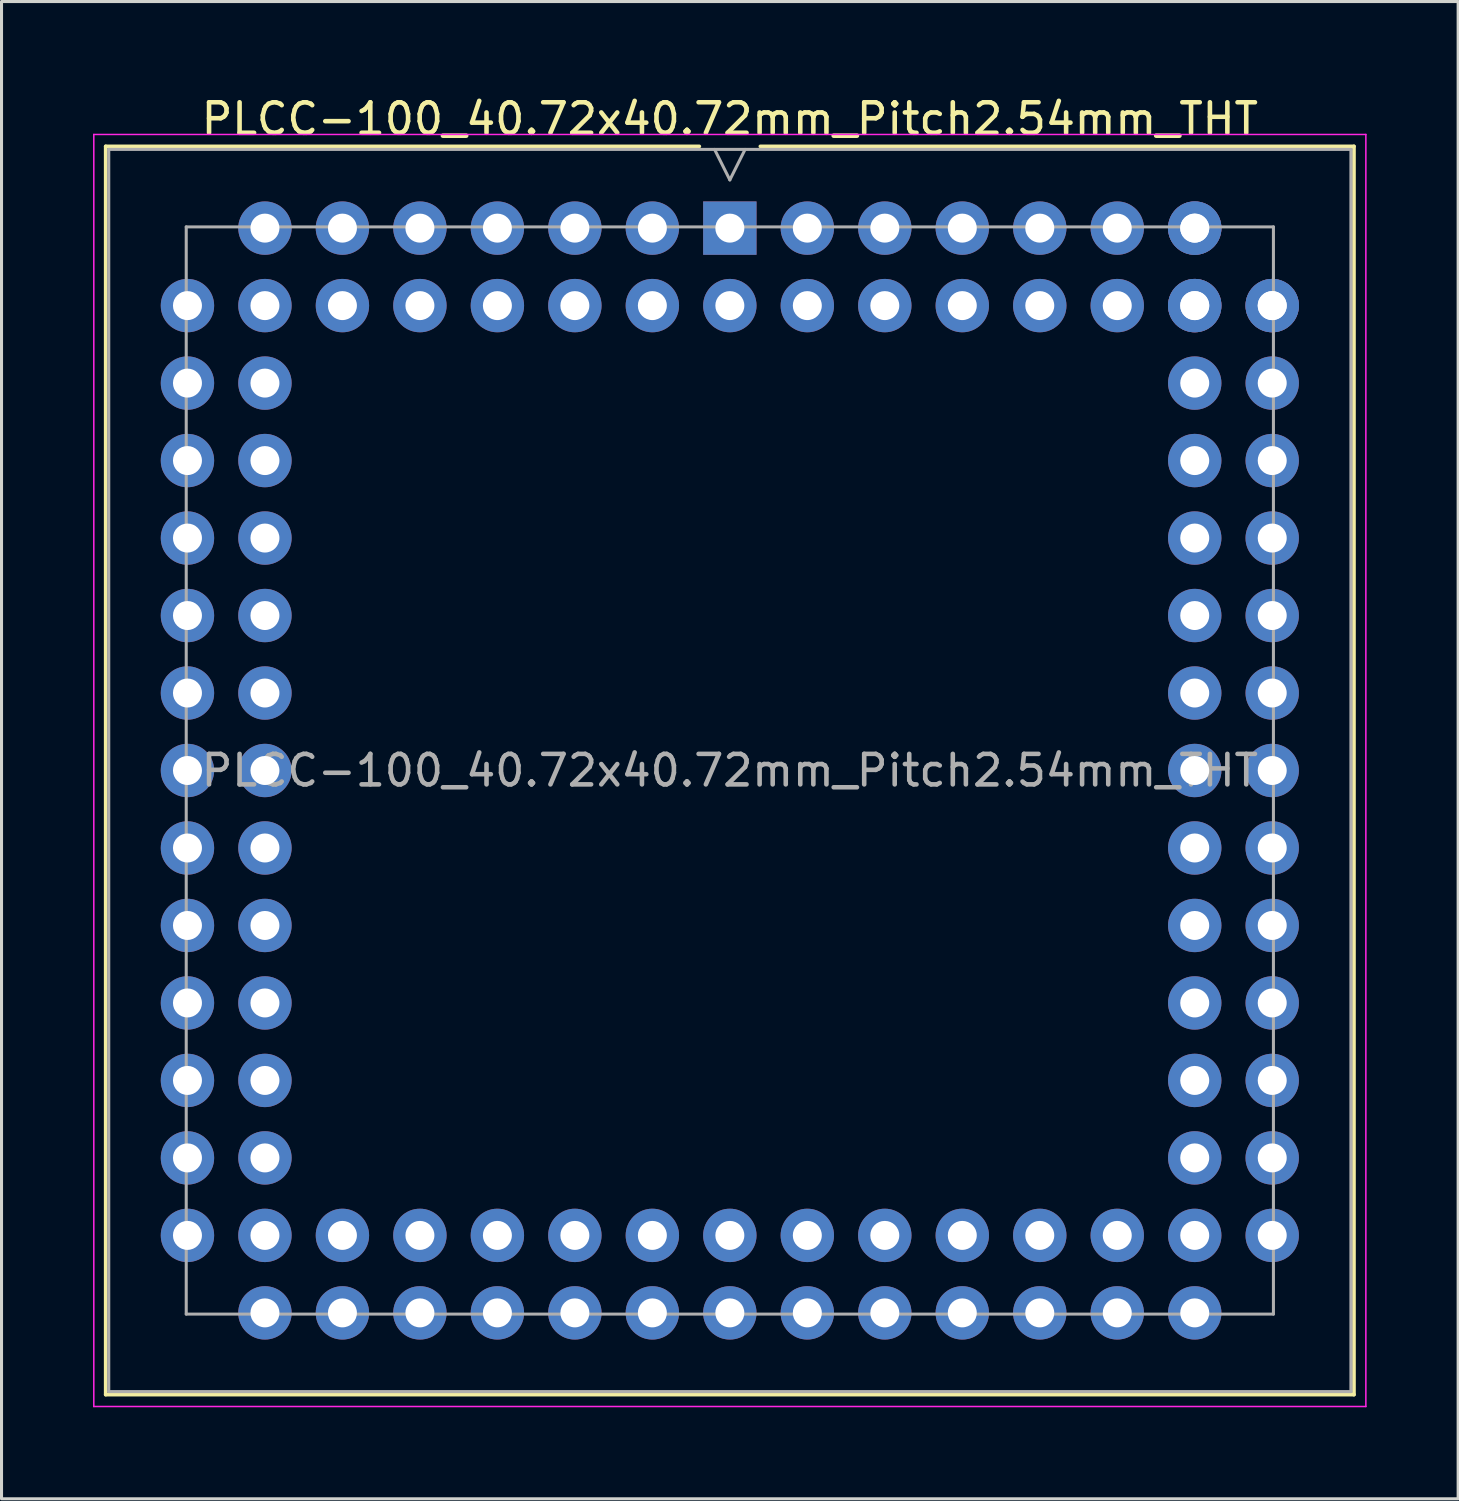
<source format=kicad_pcb>
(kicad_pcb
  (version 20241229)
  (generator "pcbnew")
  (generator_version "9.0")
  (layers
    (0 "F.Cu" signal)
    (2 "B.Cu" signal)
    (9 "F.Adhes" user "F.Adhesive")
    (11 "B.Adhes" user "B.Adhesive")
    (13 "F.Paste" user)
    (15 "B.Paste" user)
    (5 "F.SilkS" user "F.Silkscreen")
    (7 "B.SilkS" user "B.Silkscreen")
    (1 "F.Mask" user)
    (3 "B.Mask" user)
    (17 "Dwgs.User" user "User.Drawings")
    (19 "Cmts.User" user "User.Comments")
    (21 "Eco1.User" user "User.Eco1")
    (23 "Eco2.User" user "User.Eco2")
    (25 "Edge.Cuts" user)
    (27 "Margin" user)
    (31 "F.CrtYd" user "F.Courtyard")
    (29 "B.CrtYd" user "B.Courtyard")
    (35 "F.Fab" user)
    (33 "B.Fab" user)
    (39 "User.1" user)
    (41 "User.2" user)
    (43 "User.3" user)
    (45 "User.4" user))
  (footprint "PLCC-100_40.72x40.72mm_Pitch2.54mm_THT"
    (layer "F.Cu")
    (at 20.875 22.208)
    (property "Reference" "PLCC-100_40.72x40.72mm_Pitch2.54mm_THT" (at 0 -21.36 0) (layer "F.SilkS") (effects (font (size 1 1) (thickness 0.15))))
    (attr through_hole)
    (fp_line (start -20.46 -20.46) (end -20.46 20.46) (stroke (width 0.12) (type solid)) (layer "F.SilkS"))
    (fp_line (start -20.46 20.46) (end 20.46 20.46) (stroke (width 0.12) (type solid)) (layer "F.SilkS"))
    (fp_line (start -1 -20.46) (end -20.46 -20.46) (stroke (width 0.12) (type solid)) (layer "F.SilkS"))
    (fp_line (start 20.46 -20.46) (end 1 -20.46) (stroke (width 0.12) (type solid)) (layer "F.SilkS"))
    (fp_line (start 20.46 20.46) (end 20.46 -20.46) (stroke (width 0.12) (type solid)) (layer "F.SilkS"))
    (fp_line (start -20.85 -20.85) (end -20.85 20.85) (stroke (width 0.05) (type solid)) (layer "F.CrtYd"))
    (fp_line (start -20.85 20.85) (end 20.85 20.85) (stroke (width 0.05) (type solid)) (layer "F.CrtYd"))
    (fp_line (start 20.85 -20.85) (end -20.85 -20.85) (stroke (width 0.05) (type solid)) (layer "F.CrtYd"))
    (fp_line (start 20.85 20.85) (end 20.85 -20.85) (stroke (width 0.05) (type solid)) (layer "F.CrtYd"))
    (fp_line (start -20.36 -20.36) (end -20.36 20.36) (stroke (width 0.1) (type solid)) (layer "F.Fab"))
    (fp_line (start -20.36 20.36) (end 20.36 20.36) (stroke (width 0.1) (type solid)) (layer "F.Fab"))
    (fp_line (start -17.82 -17.82) (end -17.82 17.82) (stroke (width 0.1) (type solid)) (layer "F.Fab"))
    (fp_line (start -17.82 17.82) (end 17.82 17.82) (stroke (width 0.1) (type solid)) (layer "F.Fab"))
    (fp_line (start -0.5 -20.36) (end 0 -19.36) (stroke (width 0.1) (type solid)) (layer "F.Fab"))
    (fp_line (start 0 -19.36) (end 0.5 -20.36) (stroke (width 0.1) (type solid)) (layer "F.Fab"))
    (fp_line (start 17.82 -17.82) (end -17.82 -17.82) (stroke (width 0.1) (type solid)) (layer "F.Fab"))
    (fp_line (start 17.82 17.82) (end 17.82 -17.82) (stroke (width 0.1) (type solid)) (layer "F.Fab"))
    (fp_line (start 20.36 -20.36) (end -20.36 -20.36) (stroke (width 0.1) (type solid)) (layer "F.Fab"))
    (fp_line (start 20.36 20.36) (end 20.36 -20.36) (stroke (width 0.1) (type solid)) (layer "F.Fab"))
    (fp_text user "${REFERENCE}" (at 0 0 0) (layer "F.Fab") (effects (font (size 1 1) (thickness 0.15))))
    (pad "1" thru_hole rect (at 0 -17.78) (size 1.75 1.75) (drill 0.95) (layers "*.Cu" "*.Mask"))
    (pad "2" thru_hole circle (at 0 -15.24) (size 1.75 1.75) (drill 0.95) (layers "*.Cu" "*.Mask"))
    (pad "3" thru_hole circle (at -2.54 -17.78) (size 1.75 1.75) (drill 0.95) (layers "*.Cu" "*.Mask"))
    (pad "4" thru_hole circle (at -2.54 -15.24) (size 1.75 1.75) (drill 0.95) (layers "*.Cu" "*.Mask"))
    (pad "5" thru_hole circle (at -5.08 -17.78) (size 1.75 1.75) (drill 0.95) (layers "*.Cu" "*.Mask"))
    (pad "6" thru_hole circle (at -5.08 -15.24) (size 1.75 1.75) (drill 0.95) (layers "*.Cu" "*.Mask"))
    (pad "7" thru_hole circle (at -7.62 -17.78) (size 1.75 1.75) (drill 0.95) (layers "*.Cu" "*.Mask"))
    (pad "8" thru_hole circle (at -7.62 -15.24) (size 1.75 1.75) (drill 0.95) (layers "*.Cu" "*.Mask"))
    (pad "9" thru_hole circle (at -10.16 -17.78) (size 1.75 1.75) (drill 0.95) (layers "*.Cu" "*.Mask"))
    (pad "10" thru_hole circle (at -10.16 -15.24) (size 1.75 1.75) (drill 0.95) (layers "*.Cu" "*.Mask"))
    (pad "11" thru_hole circle (at -12.7 -17.78) (size 1.75 1.75) (drill 0.95) (layers "*.Cu" "*.Mask"))
    (pad "12" thru_hole circle (at -12.7 -15.24) (size 1.75 1.75) (drill 0.95) (layers "*.Cu" "*.Mask"))
    (pad "13" thru_hole circle (at -15.24 -17.78) (size 1.75 1.75) (drill 0.95) (layers "*.Cu" "*.Mask"))
    (pad "14" thru_hole circle (at -17.78 -15.24) (size 1.75 1.75) (drill 0.95) (layers "*.Cu" "*.Mask"))
    (pad "15" thru_hole circle (at -15.24 -15.24) (size 1.75 1.75) (drill 0.95) (layers "*.Cu" "*.Mask"))
    (pad "16" thru_hole circle (at -17.78 -12.7) (size 1.75 1.75) (drill 0.95) (layers "*.Cu" "*.Mask"))
    (pad "17" thru_hole circle (at -15.24 -12.7) (size 1.75 1.75) (drill 0.95) (layers "*.Cu" "*.Mask"))
    (pad "18" thru_hole circle (at -17.78 -10.16) (size 1.75 1.75) (drill 0.95) (layers "*.Cu" "*.Mask"))
    (pad "19" thru_hole circle (at -15.24 -10.16) (size 1.75 1.75) (drill 0.95) (layers "*.Cu" "*.Mask"))
    (pad "20" thru_hole circle (at -17.78 -7.62) (size 1.75 1.75) (drill 0.95) (layers "*.Cu" "*.Mask"))
    (pad "21" thru_hole circle (at -15.24 -7.62) (size 1.75 1.75) (drill 0.95) (layers "*.Cu" "*.Mask"))
    (pad "22" thru_hole circle (at -17.78 -5.08) (size 1.75 1.75) (drill 0.95) (layers "*.Cu" "*.Mask"))
    (pad "23" thru_hole circle (at -15.24 -5.08) (size 1.75 1.75) (drill 0.95) (layers "*.Cu" "*.Mask"))
    (pad "24" thru_hole circle (at -17.78 -2.54) (size 1.75 1.75) (drill 0.95) (layers "*.Cu" "*.Mask"))
    (pad "25" thru_hole circle (at -15.24 -2.54) (size 1.75 1.75) (drill 0.95) (layers "*.Cu" "*.Mask"))
    (pad "26" thru_hole circle (at -17.78 0) (size 1.75 1.75) (drill 0.95) (layers "*.Cu" "*.Mask"))
    (pad "27" thru_hole circle (at -15.24 0) (size 1.75 1.75) (drill 0.95) (layers "*.Cu" "*.Mask"))
    (pad "28" thru_hole circle (at -17.78 2.54) (size 1.75 1.75) (drill 0.95) (layers "*.Cu" "*.Mask"))
    (pad "29" thru_hole circle (at -15.24 2.54) (size 1.75 1.75) (drill 0.95) (layers "*.Cu" "*.Mask"))
    (pad "30" thru_hole circle (at -17.78 5.08) (size 1.75 1.75) (drill 0.95) (layers "*.Cu" "*.Mask"))
    (pad "31" thru_hole circle (at -15.24 5.08) (size 1.75 1.75) (drill 0.95) (layers "*.Cu" "*.Mask"))
    (pad "32" thru_hole circle (at -17.78 7.62) (size 1.75 1.75) (drill 0.95) (layers "*.Cu" "*.Mask"))
    (pad "33" thru_hole circle (at -15.24 7.62) (size 1.75 1.75) (drill 0.95) (layers "*.Cu" "*.Mask"))
    (pad "34" thru_hole circle (at -17.78 10.16) (size 1.75 1.75) (drill 0.95) (layers "*.Cu" "*.Mask"))
    (pad "35" thru_hole circle (at -15.24 10.16) (size 1.75 1.75) (drill 0.95) (layers "*.Cu" "*.Mask"))
    (pad "36" thru_hole circle (at -17.78 12.7) (size 1.75 1.75) (drill 0.95) (layers "*.Cu" "*.Mask"))
    (pad "37" thru_hole circle (at -15.24 12.7) (size 1.75 1.75) (drill 0.95) (layers "*.Cu" "*.Mask"))
    (pad "38" thru_hole circle (at -17.78 15.24) (size 1.75 1.75) (drill 0.95) (layers "*.Cu" "*.Mask"))
    (pad "39" thru_hole circle (at -15.24 17.78) (size 1.75 1.75) (drill 0.95) (layers "*.Cu" "*.Mask"))
    (pad "40" thru_hole circle (at -15.24 15.24) (size 1.75 1.75) (drill 0.95) (layers "*.Cu" "*.Mask"))
    (pad "41" thru_hole circle (at -12.7 17.78) (size 1.75 1.75) (drill 0.95) (layers "*.Cu" "*.Mask"))
    (pad "42" thru_hole circle (at -12.7 15.24) (size 1.75 1.75) (drill 0.95) (layers "*.Cu" "*.Mask"))
    (pad "43" thru_hole circle (at -10.16 17.78) (size 1.75 1.75) (drill 0.95) (layers "*.Cu" "*.Mask"))
    (pad "44" thru_hole circle (at -10.16 15.24) (size 1.75 1.75) (drill 0.95) (layers "*.Cu" "*.Mask"))
    (pad "45" thru_hole circle (at -7.62 17.78) (size 1.75 1.75) (drill 0.95) (layers "*.Cu" "*.Mask"))
    (pad "46" thru_hole circle (at -7.62 15.24) (size 1.75 1.75) (drill 0.95) (layers "*.Cu" "*.Mask"))
    (pad "47" thru_hole circle (at -5.08 17.78) (size 1.75 1.75) (drill 0.95) (layers "*.Cu" "*.Mask"))
    (pad "48" thru_hole circle (at -5.08 15.24) (size 1.75 1.75) (drill 0.95) (layers "*.Cu" "*.Mask"))
    (pad "49" thru_hole circle (at -2.54 17.78) (size 1.75 1.75) (drill 0.95) (layers "*.Cu" "*.Mask"))
    (pad "50" thru_hole circle (at -2.54 15.24) (size 1.75 1.75) (drill 0.95) (layers "*.Cu" "*.Mask"))
    (pad "51" thru_hole circle (at 0 17.78) (size 1.75 1.75) (drill 0.95) (layers "*.Cu" "*.Mask"))
    (pad "52" thru_hole circle (at 0 15.24) (size 1.75 1.75) (drill 0.95) (layers "*.Cu" "*.Mask"))
    (pad "53" thru_hole circle (at 2.54 17.78) (size 1.75 1.75) (drill 0.95) (layers "*.Cu" "*.Mask"))
    (pad "54" thru_hole circle (at 2.54 15.24) (size 1.75 1.75) (drill 0.95) (layers "*.Cu" "*.Mask"))
    (pad "55" thru_hole circle (at 5.08 17.78) (size 1.75 1.75) (drill 0.95) (layers "*.Cu" "*.Mask"))
    (pad "56" thru_hole circle (at 5.08 15.24) (size 1.75 1.75) (drill 0.95) (layers "*.Cu" "*.Mask"))
    (pad "57" thru_hole circle (at 7.62 17.78) (size 1.75 1.75) (drill 0.95) (layers "*.Cu" "*.Mask"))
    (pad "58" thru_hole circle (at 7.62 15.24) (size 1.75 1.75) (drill 0.95) (layers "*.Cu" "*.Mask"))
    (pad "59" thru_hole circle (at 10.16 17.78) (size 1.75 1.75) (drill 0.95) (layers "*.Cu" "*.Mask"))
    (pad "60" thru_hole circle (at 10.16 15.24) (size 1.75 1.75) (drill 0.95) (layers "*.Cu" "*.Mask"))
    (pad "61" thru_hole circle (at 12.7 17.78) (size 1.75 1.75) (drill 0.95) (layers "*.Cu" "*.Mask"))
    (pad "62" thru_hole circle (at 12.7 15.24) (size 1.75 1.75) (drill 0.95) (layers "*.Cu" "*.Mask"))
    (pad "63" thru_hole circle (at 15.24 17.78) (size 1.75 1.75) (drill 0.95) (layers "*.Cu" "*.Mask"))
    (pad "64" thru_hole circle (at 15.24 15.24) (size 1.75 1.75) (drill 0.95) (layers "*.Cu" "*.Mask"))
    (pad "64" thru_hole circle (at 17.78 15.24) (size 1.75 1.75) (drill 0.95) (layers "*.Cu" "*.Mask"))
    (pad "65" thru_hole circle (at 15.24 12.7) (size 1.75 1.75) (drill 0.95) (layers "*.Cu" "*.Mask"))
    (pad "66" thru_hole circle (at 17.78 12.7) (size 1.75 1.75) (drill 0.95) (layers "*.Cu" "*.Mask"))
    (pad "67" thru_hole circle (at 15.24 10.16) (size 1.75 1.75) (drill 0.95) (layers "*.Cu" "*.Mask"))
    (pad "68" thru_hole circle (at 17.78 10.16) (size 1.75 1.75) (drill 0.95) (layers "*.Cu" "*.Mask"))
    (pad "69" thru_hole circle (at 15.24 7.62) (size 1.75 1.75) (drill 0.95) (layers "*.Cu" "*.Mask"))
    (pad "70" thru_hole circle (at 17.78 7.62) (size 1.75 1.75) (drill 0.95) (layers "*.Cu" "*.Mask"))
    (pad "71" thru_hole circle (at 15.24 5.08) (size 1.75 1.75) (drill 0.95) (layers "*.Cu" "*.Mask"))
    (pad "72" thru_hole circle (at 17.78 5.08) (size 1.75 1.75) (drill 0.95) (layers "*.Cu" "*.Mask"))
    (pad "73" thru_hole circle (at 15.24 2.54) (size 1.75 1.75) (drill 0.95) (layers "*.Cu" "*.Mask"))
    (pad "74" thru_hole circle (at 17.78 2.54) (size 1.75 1.75) (drill 0.95) (layers "*.Cu" "*.Mask"))
    (pad "75" thru_hole circle (at 15.24 0) (size 1.75 1.75) (drill 0.95) (layers "*.Cu" "*.Mask"))
    (pad "76" thru_hole circle (at 17.78 0) (size 1.75 1.75) (drill 0.95) (layers "*.Cu" "*.Mask"))
    (pad "77" thru_hole circle (at 15.24 -2.54) (size 1.75 1.75) (drill 0.95) (layers "*.Cu" "*.Mask"))
    (pad "78" thru_hole circle (at 17.78 -2.54) (size 1.75 1.75) (drill 0.95) (layers "*.Cu" "*.Mask"))
    (pad "79" thru_hole circle (at 15.24 -5.08) (size 1.75 1.75) (drill 0.95) (layers "*.Cu" "*.Mask"))
    (pad "80" thru_hole circle (at 17.78 -5.08) (size 1.75 1.75) (drill 0.95) (layers "*.Cu" "*.Mask"))
    (pad "81" thru_hole circle (at 15.24 -7.62) (size 1.75 1.75) (drill 0.95) (layers "*.Cu" "*.Mask"))
    (pad "82" thru_hole circle (at 17.78 -7.62) (size 1.75 1.75) (drill 0.95) (layers "*.Cu" "*.Mask"))
    (pad "83" thru_hole circle (at 15.24 -10.16) (size 1.75 1.75) (drill 0.95) (layers "*.Cu" "*.Mask"))
    (pad "84" thru_hole circle (at 17.78 -10.16) (size 1.75 1.75) (drill 0.95) (layers "*.Cu" "*.Mask"))
    (pad "85" thru_hole circle (at 15.24 -12.7) (size 1.75 1.75) (drill 0.95) (layers "*.Cu" "*.Mask"))
    (pad "86" thru_hole circle (at 17.78 -12.7) (size 1.75 1.75) (drill 0.95) (layers "*.Cu" "*.Mask"))
    (pad "87" thru_hole circle (at 15.24 -15.24) (size 1.75 1.75) (drill 0.95) (layers "*.Cu" "*.Mask"))
    (pad "88" thru_hole circle (at 17.78 -15.24) (size 1.75 1.75) (drill 0.95) (layers "*.Cu" "*.Mask"))
    (pad "88" thru_hole circle (at 17.78 -15.24) (size 1.75 1.75) (drill 0.95) (layers "*.Cu" "*.Mask"))
    (pad "89" thru_hole circle (at 15.24 -17.78) (size 1.75 1.75) (drill 0.95) (layers "*.Cu" "*.Mask"))
    (pad "89" thru_hole circle (at 15.24 -17.78) (size 1.75 1.75) (drill 0.95) (layers "*.Cu" "*.Mask"))
    (pad "90" thru_hole circle (at 15.24 -15.24) (size 1.75 1.75) (drill 0.95) (layers "*.Cu" "*.Mask"))
    (pad "91" thru_hole circle (at 12.7 -17.78) (size 1.75 1.75) (drill 0.95) (layers "*.Cu" "*.Mask"))
    (pad "92" thru_hole circle (at 12.7 -15.24) (size 1.75 1.75) (drill 0.95) (layers "*.Cu" "*.Mask"))
    (pad "93" thru_hole circle (at 10.16 -17.78) (size 1.75 1.75) (drill 0.95) (layers "*.Cu" "*.Mask"))
    (pad "94" thru_hole circle (at 10.16 -15.24) (size 1.75 1.75) (drill 0.95) (layers "*.Cu" "*.Mask"))
    (pad "95" thru_hole circle (at 7.62 -17.78) (size 1.75 1.75) (drill 0.95) (layers "*.Cu" "*.Mask"))
    (pad "96" thru_hole circle (at 7.62 -15.24) (size 1.75 1.75) (drill 0.95) (layers "*.Cu" "*.Mask"))
    (pad "97" thru_hole circle (at 5.08 -17.78) (size 1.75 1.75) (drill 0.95) (layers "*.Cu" "*.Mask"))
    (pad "98" thru_hole circle (at 5.08 -15.24) (size 1.75 1.75) (drill 0.95) (layers "*.Cu" "*.Mask"))
    (pad "99" thru_hole circle (at 2.54 -17.78) (size 1.75 1.75) (drill 0.95) (layers "*.Cu" "*.Mask"))
    (pad "100" thru_hole circle (at 2.54 -15.24) (size 1.75 1.75) (drill 0.95) (layers "*.Cu" "*.Mask")))
  (gr_rect
    (start -3 -3)
    (end 44.75 46.083)
    (stroke (width 0.1) (type default))
    (fill no)
    (layer "Edge.Cuts")))
</source>
